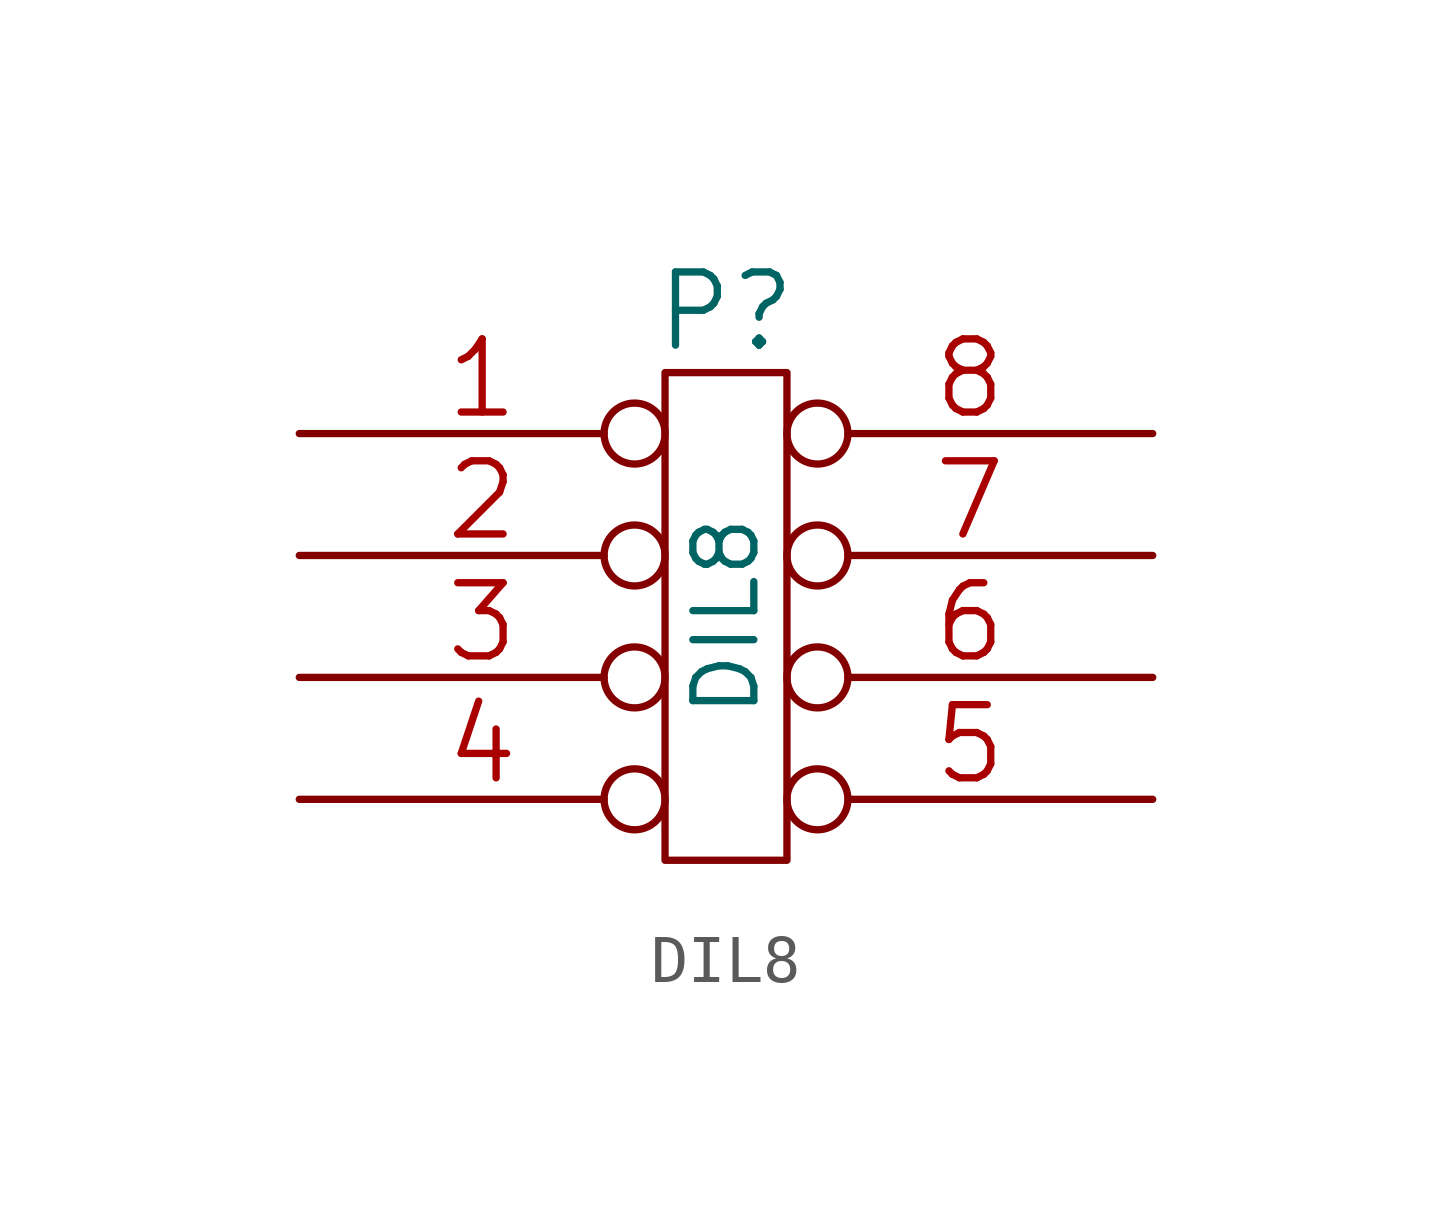
<source format=kicad_sym>
(kicad_symbol_lib
  (version 20220914)
  (generator kicad_symbol_editor)
  (symbol "DIL8"
    (pin_names
      (offset 1.016) hide)
    (property "Reference" "P"
      (at 0 6.35 0)
      (effects (font (size 1.524 1.524))))
    (property "Value" "DIL8"
      (at 0 0 90)
      (effects (font (size 1.27 1.27))))
    (symbol "DIL8_0_1"
      (rectangle (start -1.27 5.08) (end 1.27 -5.08) (stroke (width 0) (type solid)) (fill (type none))))
    (symbol "DIL8_1_1"
      (pin passive inverted (at -8.89 3.81 0) (length 7.62) (name "P1" (effects (font (size 1.524 1.524)))) (number "1" (effects (font (size 1.524 1.524)))))
      (pin passive inverted (at -8.89 1.27 0) (length 7.62) (name "P2" (effects (font (size 1.524 1.524)))) (number "2" (effects (font (size 1.524 1.524)))))
      (pin passive inverted (at -8.89 -1.27 0) (length 7.62) (name "P3" (effects (font (size 1.524 1.524)))) (number "3" (effects (font (size 1.524 1.524)))))
      (pin passive inverted (at -8.89 -3.81 0) (length 7.62) (name "P4" (effects (font (size 1.524 1.524)))) (number "4" (effects (font (size 1.524 1.524)))))
      (pin passive inverted (at 8.89 -3.81 180) (length 7.62) (name "P5" (effects (font (size 1.524 1.524)))) (number "5" (effects (font (size 1.524 1.524)))))
      (pin passive inverted (at 8.89 -1.27 180) (length 7.62) (name "P6" (effects (font (size 1.524 1.524)))) (number "6" (effects (font (size 1.524 1.524)))))
      (pin passive inverted (at 8.89 1.27 180) (length 7.62) (name "P7" (effects (font (size 1.524 1.524)))) (number "7" (effects (font (size 1.524 1.524)))))
      (pin passive inverted (at 8.89 3.81 180) (length 7.62) (name "P8" (effects (font (size 1.524 1.524)))) (number "8" (effects (font (size 1.524 1.524))))))))
</source>
